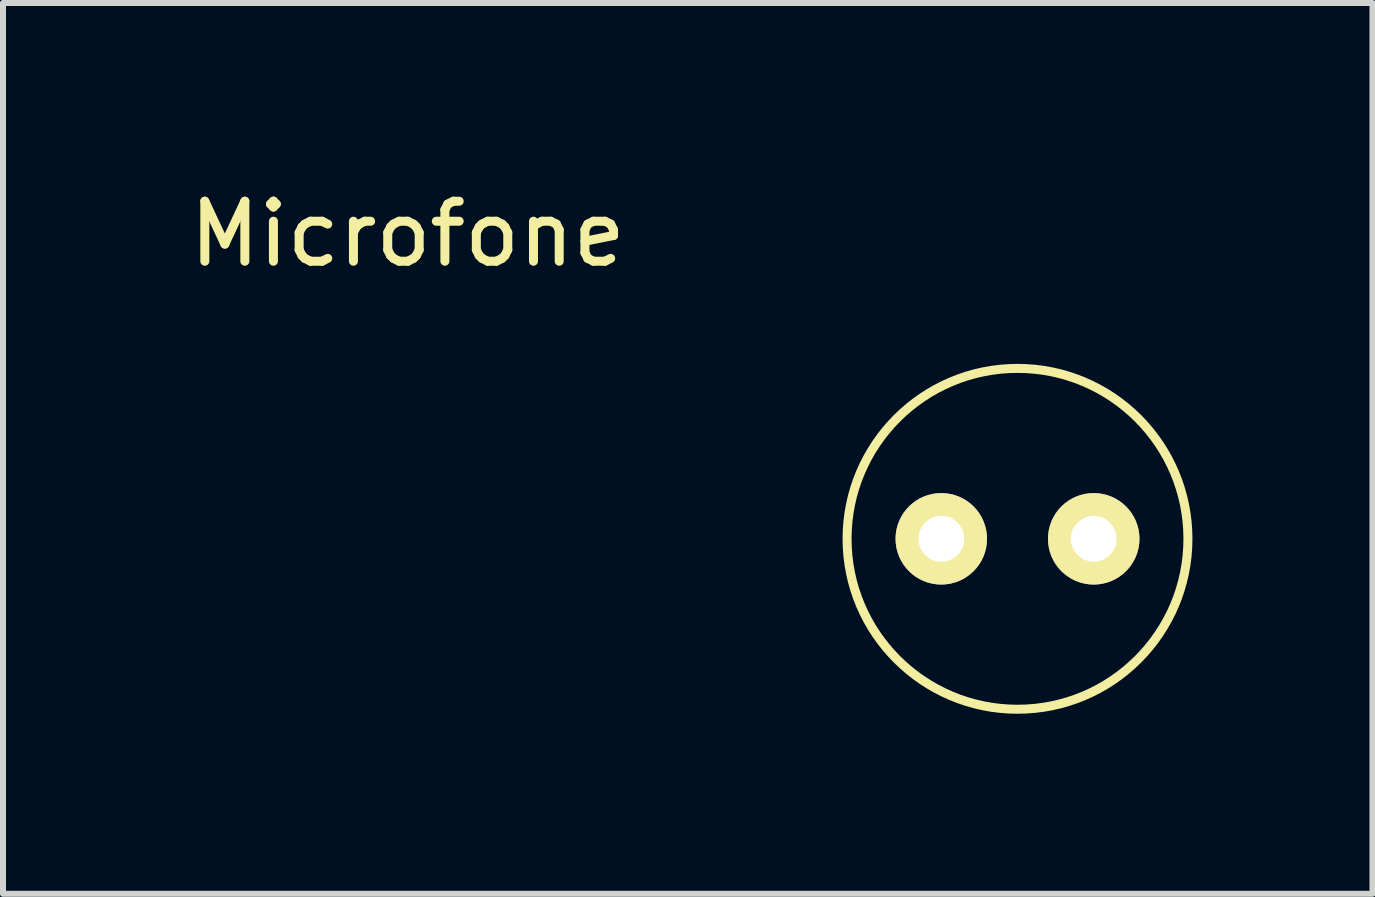
<source format=kicad_pcb>
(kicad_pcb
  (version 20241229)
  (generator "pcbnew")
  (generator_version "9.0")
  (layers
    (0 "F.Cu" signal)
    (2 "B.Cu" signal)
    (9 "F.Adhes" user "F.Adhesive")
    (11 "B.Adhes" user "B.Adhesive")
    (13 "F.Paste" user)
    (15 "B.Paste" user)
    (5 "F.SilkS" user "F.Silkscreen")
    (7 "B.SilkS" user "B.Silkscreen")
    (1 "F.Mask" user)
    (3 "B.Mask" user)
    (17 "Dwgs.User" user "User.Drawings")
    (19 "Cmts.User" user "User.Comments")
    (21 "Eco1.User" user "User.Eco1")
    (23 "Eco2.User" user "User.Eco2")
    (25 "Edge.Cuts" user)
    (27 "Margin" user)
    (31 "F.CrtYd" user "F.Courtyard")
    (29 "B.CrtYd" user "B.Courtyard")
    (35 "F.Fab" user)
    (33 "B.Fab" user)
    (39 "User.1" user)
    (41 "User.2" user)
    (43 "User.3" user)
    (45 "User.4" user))
  (footprint "Microfone"
    (layer "F.Cu")
    (at 12.634 5.928)
    (property "Reference" "Microfone" (at -8.89 -5.08 0) (layer "F.SilkS") (effects (font (size 1 1) (thickness 0.15))))
    (attr through_hole)
    (fp_circle (center 1.27 0) (end 2.54 2.54) (stroke (width 0.15) (type solid)) (fill no) (layer "F.SilkS"))
    (pad "1" thru_hole circle (at 2.54 0) (size 1.524 1.524) (drill 0.762) (layers "*.Cu" "*.Mask" "F.SilkS"))
    (pad "2" thru_hole circle (at 0 0) (size 1.524 1.524) (drill 0.762) (layers "*.Cu" "*.Mask" "F.SilkS")))
  (gr_rect
    (start -3 -3)
    (end 19.819 11.843)
    (stroke (width 0.1) (type default))
    (fill no)
    (layer "Edge.Cuts")))
</source>
